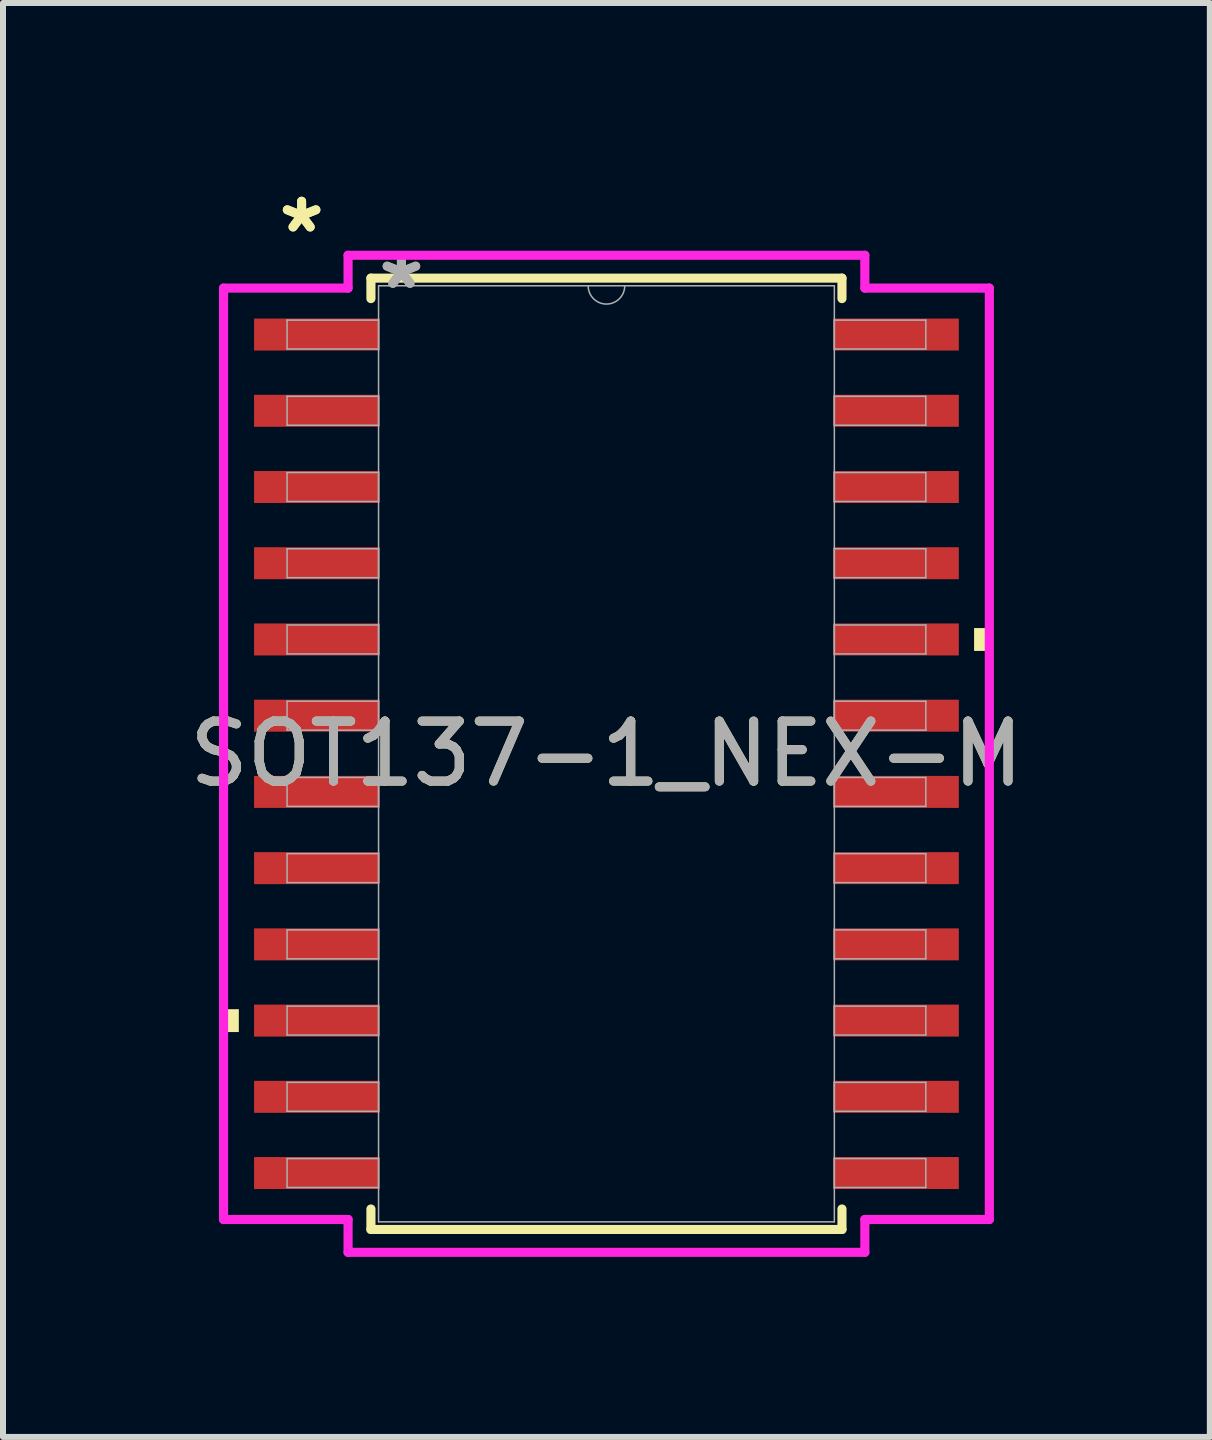
<source format=kicad_pcb>
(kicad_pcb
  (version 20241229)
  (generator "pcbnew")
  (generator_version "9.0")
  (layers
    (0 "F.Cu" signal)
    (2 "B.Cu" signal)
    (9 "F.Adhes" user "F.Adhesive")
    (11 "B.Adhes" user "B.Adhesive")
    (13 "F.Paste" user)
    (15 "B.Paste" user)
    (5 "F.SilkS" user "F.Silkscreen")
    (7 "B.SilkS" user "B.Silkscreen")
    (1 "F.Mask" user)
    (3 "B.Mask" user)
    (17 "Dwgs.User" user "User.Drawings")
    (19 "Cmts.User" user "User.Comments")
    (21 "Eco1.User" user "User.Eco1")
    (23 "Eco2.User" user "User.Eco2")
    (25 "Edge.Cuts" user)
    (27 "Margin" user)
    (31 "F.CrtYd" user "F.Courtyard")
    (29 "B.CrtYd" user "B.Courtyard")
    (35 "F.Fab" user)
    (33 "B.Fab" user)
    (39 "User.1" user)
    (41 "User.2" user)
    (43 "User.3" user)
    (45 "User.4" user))
  (footprint "SOT137-1_NEX-M"
    (layer "F.Cu")
    (at 7.054 9.509)
    (property "Reference" "SOT137-1_NEX-M" (at 0 0 0) (unlocked yes) (layer "F.SilkS") (effects (font (size 1 1) (thickness 0.15))))
    (attr smd)
    (fp_line (start -3.924 -7.925) (end -3.924 -7.584) (stroke (width 0.152) (type solid)) (layer "F.SilkS"))
    (fp_line (start -3.924 7.584) (end -3.924 7.925) (stroke (width 0.152) (type solid)) (layer "F.SilkS"))
    (fp_line (start -3.924 7.925) (end 3.924 7.925) (stroke (width 0.152) (type solid)) (layer "F.SilkS"))
    (fp_line (start 3.924 -7.925) (end -3.924 -7.925) (stroke (width 0.152) (type solid)) (layer "F.SilkS"))
    (fp_line (start 3.924 -7.584) (end 3.924 -7.925) (stroke (width 0.152) (type solid)) (layer "F.SilkS"))
    (fp_line (start 3.924 7.925) (end 3.924 7.584) (stroke (width 0.152) (type solid)) (layer "F.SilkS"))
    (fp_poly (pts (xy -6.379 4.255) (xy -6.379 4.636) (xy -6.125 4.636) (xy -6.125 4.255)) (stroke (width 0) (type solid)) (fill yes) (layer "F.SilkS"))
    (fp_poly (pts (xy 6.379 -2.095) (xy 6.379 -1.714) (xy 6.125 -1.714) (xy 6.125 -2.095)) (stroke (width 0) (type solid)) (fill yes) (layer "F.SilkS"))
    (fp_line (start -6.379 -7.759) (end -4.305 -7.759) (stroke (width 0.152) (type solid)) (layer "F.CrtYd"))
    (fp_line (start -6.379 7.759) (end -6.379 -7.759) (stroke (width 0.152) (type solid)) (layer "F.CrtYd"))
    (fp_line (start -6.379 7.759) (end -4.305 7.759) (stroke (width 0.152) (type solid)) (layer "F.CrtYd"))
    (fp_line (start -4.305 -8.306) (end 4.305 -8.306) (stroke (width 0.152) (type solid)) (layer "F.CrtYd"))
    (fp_line (start -4.305 -7.759) (end -4.305 -8.306) (stroke (width 0.152) (type solid)) (layer "F.CrtYd"))
    (fp_line (start -4.305 8.306) (end -4.305 7.759) (stroke (width 0.152) (type solid)) (layer "F.CrtYd"))
    (fp_line (start 4.305 -8.306) (end 4.305 -7.759) (stroke (width 0.152) (type solid)) (layer "F.CrtYd"))
    (fp_line (start 4.305 7.759) (end 4.305 8.306) (stroke (width 0.152) (type solid)) (layer "F.CrtYd"))
    (fp_line (start 4.305 8.306) (end -4.305 8.306) (stroke (width 0.152) (type solid)) (layer "F.CrtYd"))
    (fp_line (start 6.379 -7.759) (end 4.305 -7.759) (stroke (width 0.152) (type solid)) (layer "F.CrtYd"))
    (fp_line (start 6.379 -7.759) (end 6.379 7.759) (stroke (width 0.152) (type solid)) (layer "F.CrtYd"))
    (fp_line (start 6.379 7.759) (end 4.305 7.759) (stroke (width 0.152) (type solid)) (layer "F.CrtYd"))
    (fp_line (start -5.321 -7.226) (end -5.321 -6.744) (stroke (width 0.025) (type solid)) (layer "F.Fab"))
    (fp_line (start -5.321 -6.744) (end -3.797 -6.744) (stroke (width 0.025) (type solid)) (layer "F.Fab"))
    (fp_line (start -5.321 -5.956) (end -5.321 -5.474) (stroke (width 0.025) (type solid)) (layer "F.Fab"))
    (fp_line (start -5.321 -5.474) (end -3.797 -5.474) (stroke (width 0.025) (type solid)) (layer "F.Fab"))
    (fp_line (start -5.321 -4.686) (end -5.321 -4.204) (stroke (width 0.025) (type solid)) (layer "F.Fab"))
    (fp_line (start -5.321 -4.204) (end -3.797 -4.204) (stroke (width 0.025) (type solid)) (layer "F.Fab"))
    (fp_line (start -5.321 -3.416) (end -5.321 -2.934) (stroke (width 0.025) (type solid)) (layer "F.Fab"))
    (fp_line (start -5.321 -2.934) (end -3.797 -2.934) (stroke (width 0.025) (type solid)) (layer "F.Fab"))
    (fp_line (start -5.321 -2.146) (end -5.321 -1.664) (stroke (width 0.025) (type solid)) (layer "F.Fab"))
    (fp_line (start -5.321 -1.664) (end -3.797 -1.664) (stroke (width 0.025) (type solid)) (layer "F.Fab"))
    (fp_line (start -5.321 -0.876) (end -5.321 -0.394) (stroke (width 0.025) (type solid)) (layer "F.Fab"))
    (fp_line (start -5.321 -0.394) (end -3.797 -0.394) (stroke (width 0.025) (type solid)) (layer "F.Fab"))
    (fp_line (start -5.321 0.394) (end -5.321 0.876) (stroke (width 0.025) (type solid)) (layer "F.Fab"))
    (fp_line (start -5.321 0.876) (end -3.797 0.876) (stroke (width 0.025) (type solid)) (layer "F.Fab"))
    (fp_line (start -5.321 1.664) (end -5.321 2.146) (stroke (width 0.025) (type solid)) (layer "F.Fab"))
    (fp_line (start -5.321 2.146) (end -3.797 2.146) (stroke (width 0.025) (type solid)) (layer "F.Fab"))
    (fp_line (start -5.321 2.934) (end -5.321 3.416) (stroke (width 0.025) (type solid)) (layer "F.Fab"))
    (fp_line (start -5.321 3.416) (end -3.797 3.416) (stroke (width 0.025) (type solid)) (layer "F.Fab"))
    (fp_line (start -5.321 4.204) (end -5.321 4.686) (stroke (width 0.025) (type solid)) (layer "F.Fab"))
    (fp_line (start -5.321 4.686) (end -3.797 4.686) (stroke (width 0.025) (type solid)) (layer "F.Fab"))
    (fp_line (start -5.321 5.474) (end -5.321 5.956) (stroke (width 0.025) (type solid)) (layer "F.Fab"))
    (fp_line (start -5.321 5.956) (end -3.797 5.956) (stroke (width 0.025) (type solid)) (layer "F.Fab"))
    (fp_line (start -5.321 6.744) (end -5.321 7.226) (stroke (width 0.025) (type solid)) (layer "F.Fab"))
    (fp_line (start -5.321 7.226) (end -3.797 7.226) (stroke (width 0.025) (type solid)) (layer "F.Fab"))
    (fp_line (start -3.797 -7.798) (end -3.797 7.798) (stroke (width 0.025) (type solid)) (layer "F.Fab"))
    (fp_line (start -3.797 -7.226) (end -5.321 -7.226) (stroke (width 0.025) (type solid)) (layer "F.Fab"))
    (fp_line (start -3.797 -6.744) (end -3.797 -7.226) (stroke (width 0.025) (type solid)) (layer "F.Fab"))
    (fp_line (start -3.797 -5.956) (end -5.321 -5.956) (stroke (width 0.025) (type solid)) (layer "F.Fab"))
    (fp_line (start -3.797 -5.474) (end -3.797 -5.956) (stroke (width 0.025) (type solid)) (layer "F.Fab"))
    (fp_line (start -3.797 -4.686) (end -5.321 -4.686) (stroke (width 0.025) (type solid)) (layer "F.Fab"))
    (fp_line (start -3.797 -4.204) (end -3.797 -4.686) (stroke (width 0.025) (type solid)) (layer "F.Fab"))
    (fp_line (start -3.797 -3.416) (end -5.321 -3.416) (stroke (width 0.025) (type solid)) (layer "F.Fab"))
    (fp_line (start -3.797 -2.934) (end -3.797 -3.416) (stroke (width 0.025) (type solid)) (layer "F.Fab"))
    (fp_line (start -3.797 -2.146) (end -5.321 -2.146) (stroke (width 0.025) (type solid)) (layer "F.Fab"))
    (fp_line (start -3.797 -1.664) (end -3.797 -2.146) (stroke (width 0.025) (type solid)) (layer "F.Fab"))
    (fp_line (start -3.797 -0.876) (end -5.321 -0.876) (stroke (width 0.025) (type solid)) (layer "F.Fab"))
    (fp_line (start -3.797 -0.394) (end -3.797 -0.876) (stroke (width 0.025) (type solid)) (layer "F.Fab"))
    (fp_line (start -3.797 0.394) (end -5.321 0.394) (stroke (width 0.025) (type solid)) (layer "F.Fab"))
    (fp_line (start -3.797 0.876) (end -3.797 0.394) (stroke (width 0.025) (type solid)) (layer "F.Fab"))
    (fp_line (start -3.797 1.664) (end -5.321 1.664) (stroke (width 0.025) (type solid)) (layer "F.Fab"))
    (fp_line (start -3.797 2.146) (end -3.797 1.664) (stroke (width 0.025) (type solid)) (layer "F.Fab"))
    (fp_line (start -3.797 2.934) (end -5.321 2.934) (stroke (width 0.025) (type solid)) (layer "F.Fab"))
    (fp_line (start -3.797 3.416) (end -3.797 2.934) (stroke (width 0.025) (type solid)) (layer "F.Fab"))
    (fp_line (start -3.797 4.204) (end -5.321 4.204) (stroke (width 0.025) (type solid)) (layer "F.Fab"))
    (fp_line (start -3.797 4.686) (end -3.797 4.204) (stroke (width 0.025) (type solid)) (layer "F.Fab"))
    (fp_line (start -3.797 5.474) (end -5.321 5.474) (stroke (width 0.025) (type solid)) (layer "F.Fab"))
    (fp_line (start -3.797 5.956) (end -3.797 5.474) (stroke (width 0.025) (type solid)) (layer "F.Fab"))
    (fp_line (start -3.797 6.744) (end -5.321 6.744) (stroke (width 0.025) (type solid)) (layer "F.Fab"))
    (fp_line (start -3.797 7.226) (end -3.797 6.744) (stroke (width 0.025) (type solid)) (layer "F.Fab"))
    (fp_line (start -3.797 7.798) (end 3.797 7.798) (stroke (width 0.025) (type solid)) (layer "F.Fab"))
    (fp_line (start 3.797 -7.798) (end -3.797 -7.798) (stroke (width 0.025) (type solid)) (layer "F.Fab"))
    (fp_line (start 3.797 -7.226) (end 3.797 -6.744) (stroke (width 0.025) (type solid)) (layer "F.Fab"))
    (fp_line (start 3.797 -6.744) (end 5.321 -6.744) (stroke (width 0.025) (type solid)) (layer "F.Fab"))
    (fp_line (start 3.797 -5.956) (end 3.797 -5.474) (stroke (width 0.025) (type solid)) (layer "F.Fab"))
    (fp_line (start 3.797 -5.474) (end 5.321 -5.474) (stroke (width 0.025) (type solid)) (layer "F.Fab"))
    (fp_line (start 3.797 -4.686) (end 3.797 -4.204) (stroke (width 0.025) (type solid)) (layer "F.Fab"))
    (fp_line (start 3.797 -4.204) (end 5.321 -4.204) (stroke (width 0.025) (type solid)) (layer "F.Fab"))
    (fp_line (start 3.797 -3.416) (end 3.797 -2.934) (stroke (width 0.025) (type solid)) (layer "F.Fab"))
    (fp_line (start 3.797 -2.934) (end 5.321 -2.934) (stroke (width 0.025) (type solid)) (layer "F.Fab"))
    (fp_line (start 3.797 -2.146) (end 3.797 -1.664) (stroke (width 0.025) (type solid)) (layer "F.Fab"))
    (fp_line (start 3.797 -1.664) (end 5.321 -1.664) (stroke (width 0.025) (type solid)) (layer "F.Fab"))
    (fp_line (start 3.797 -0.876) (end 3.797 -0.394) (stroke (width 0.025) (type solid)) (layer "F.Fab"))
    (fp_line (start 3.797 -0.394) (end 5.321 -0.394) (stroke (width 0.025) (type solid)) (layer "F.Fab"))
    (fp_line (start 3.797 0.394) (end 3.797 0.876) (stroke (width 0.025) (type solid)) (layer "F.Fab"))
    (fp_line (start 3.797 0.876) (end 5.321 0.876) (stroke (width 0.025) (type solid)) (layer "F.Fab"))
    (fp_line (start 3.797 1.664) (end 3.797 2.146) (stroke (width 0.025) (type solid)) (layer "F.Fab"))
    (fp_line (start 3.797 2.146) (end 5.321 2.146) (stroke (width 0.025) (type solid)) (layer "F.Fab"))
    (fp_line (start 3.797 2.934) (end 3.797 3.416) (stroke (width 0.025) (type solid)) (layer "F.Fab"))
    (fp_line (start 3.797 3.416) (end 5.321 3.416) (stroke (width 0.025) (type solid)) (layer "F.Fab"))
    (fp_line (start 3.797 4.204) (end 3.797 4.686) (stroke (width 0.025) (type solid)) (layer "F.Fab"))
    (fp_line (start 3.797 4.686) (end 5.321 4.686) (stroke (width 0.025) (type solid)) (layer "F.Fab"))
    (fp_line (start 3.797 5.474) (end 3.797 5.956) (stroke (width 0.025) (type solid)) (layer "F.Fab"))
    (fp_line (start 3.797 5.956) (end 5.321 5.956) (stroke (width 0.025) (type solid)) (layer "F.Fab"))
    (fp_line (start 3.797 6.744) (end 3.797 7.226) (stroke (width 0.025) (type solid)) (layer "F.Fab"))
    (fp_line (start 3.797 7.226) (end 5.321 7.226) (stroke (width 0.025) (type solid)) (layer "F.Fab"))
    (fp_line (start 3.797 7.798) (end 3.797 -7.798) (stroke (width 0.025) (type solid)) (layer "F.Fab"))
    (fp_line (start 5.321 -7.226) (end 3.797 -7.226) (stroke (width 0.025) (type solid)) (layer "F.Fab"))
    (fp_line (start 5.321 -6.744) (end 5.321 -7.226) (stroke (width 0.025) (type solid)) (layer "F.Fab"))
    (fp_line (start 5.321 -5.956) (end 3.797 -5.956) (stroke (width 0.025) (type solid)) (layer "F.Fab"))
    (fp_line (start 5.321 -5.474) (end 5.321 -5.956) (stroke (width 0.025) (type solid)) (layer "F.Fab"))
    (fp_line (start 5.321 -4.686) (end 3.797 -4.686) (stroke (width 0.025) (type solid)) (layer "F.Fab"))
    (fp_line (start 5.321 -4.204) (end 5.321 -4.686) (stroke (width 0.025) (type solid)) (layer "F.Fab"))
    (fp_line (start 5.321 -3.416) (end 3.797 -3.416) (stroke (width 0.025) (type solid)) (layer "F.Fab"))
    (fp_line (start 5.321 -2.934) (end 5.321 -3.416) (stroke (width 0.025) (type solid)) (layer "F.Fab"))
    (fp_line (start 5.321 -2.146) (end 3.797 -2.146) (stroke (width 0.025) (type solid)) (layer "F.Fab"))
    (fp_line (start 5.321 -1.664) (end 5.321 -2.146) (stroke (width 0.025) (type solid)) (layer "F.Fab"))
    (fp_line (start 5.321 -0.876) (end 3.797 -0.876) (stroke (width 0.025) (type solid)) (layer "F.Fab"))
    (fp_line (start 5.321 -0.394) (end 5.321 -0.876) (stroke (width 0.025) (type solid)) (layer "F.Fab"))
    (fp_line (start 5.321 0.394) (end 3.797 0.394) (stroke (width 0.025) (type solid)) (layer "F.Fab"))
    (fp_line (start 5.321 0.876) (end 5.321 0.394) (stroke (width 0.025) (type solid)) (layer "F.Fab"))
    (fp_line (start 5.321 1.664) (end 3.797 1.664) (stroke (width 0.025) (type solid)) (layer "F.Fab"))
    (fp_line (start 5.321 2.146) (end 5.321 1.664) (stroke (width 0.025) (type solid)) (layer "F.Fab"))
    (fp_line (start 5.321 2.934) (end 3.797 2.934) (stroke (width 0.025) (type solid)) (layer "F.Fab"))
    (fp_line (start 5.321 3.416) (end 5.321 2.934) (stroke (width 0.025) (type solid)) (layer "F.Fab"))
    (fp_line (start 5.321 4.204) (end 3.797 4.204) (stroke (width 0.025) (type solid)) (layer "F.Fab"))
    (fp_line (start 5.321 4.686) (end 5.321 4.204) (stroke (width 0.025) (type solid)) (layer "F.Fab"))
    (fp_line (start 5.321 5.474) (end 3.797 5.474) (stroke (width 0.025) (type solid)) (layer "F.Fab"))
    (fp_line (start 5.321 5.956) (end 5.321 5.474) (stroke (width 0.025) (type solid)) (layer "F.Fab"))
    (fp_line (start 5.321 6.744) (end 3.797 6.744) (stroke (width 0.025) (type solid)) (layer "F.Fab"))
    (fp_line (start 5.321 7.226) (end 5.321 6.744) (stroke (width 0.025) (type solid)) (layer "F.Fab"))
    (fp_arc (start 0.3048 -7.7978) (mid 0 -7.493) (end -0.3048 -7.7978) (stroke (width 0.0254) (type solid)) (layer "F.Fab"))
    (fp_text user "*" (at -5.079 -8.661 0) (layer "F.SilkS") (effects (font (size 1 1) (thickness 0.15))))
    (fp_text user "*" (at -5.079 -8.661 0) (unlocked yes) (layer "F.SilkS") (effects (font (size 1 1) (thickness 0.15))))
    (fp_text user "*" (at -3.416 -7.722 0) (layer "F.Fab") (effects (font (size 1 1) (thickness 0.15))))
    (fp_text user "*" (at -3.416 -7.722 0) (unlocked yes) (layer "F.Fab") (effects (font (size 1 1) (thickness 0.15))))
    (fp_text user "${REFERENCE}" (at 0 0 0) (unlocked yes) (layer "F.Fab") (effects (font (size 1 1) (thickness 0.15))))
    (pad "1" smd rect (at -4.825 -6.985) (size 2.092 0.533) (layers "F.Cu" "F.Mask" "F.Paste"))
    (pad "2" smd rect (at -4.825 -5.715) (size 2.092 0.533) (layers "F.Cu" "F.Mask" "F.Paste"))
    (pad "3" smd rect (at -4.825 -4.445) (size 2.092 0.533) (layers "F.Cu" "F.Mask" "F.Paste"))
    (pad "4" smd rect (at -4.825 -3.175) (size 2.092 0.533) (layers "F.Cu" "F.Mask" "F.Paste"))
    (pad "5" smd rect (at -4.825 -1.905) (size 2.092 0.533) (layers "F.Cu" "F.Mask" "F.Paste"))
    (pad "6" smd rect (at -4.825 -0.635) (size 2.092 0.533) (layers "F.Cu" "F.Mask" "F.Paste"))
    (pad "7" smd rect (at -4.825 0.635) (size 2.092 0.533) (layers "F.Cu" "F.Mask" "F.Paste"))
    (pad "8" smd rect (at -4.825 1.905) (size 2.092 0.533) (layers "F.Cu" "F.Mask" "F.Paste"))
    (pad "9" smd rect (at -4.825 3.175) (size 2.092 0.533) (layers "F.Cu" "F.Mask" "F.Paste"))
    (pad "10" smd rect (at -4.825 4.445) (size 2.092 0.533) (layers "F.Cu" "F.Mask" "F.Paste"))
    (pad "11" smd rect (at -4.825 5.715) (size 2.092 0.533) (layers "F.Cu" "F.Mask" "F.Paste"))
    (pad "12" smd rect (at -4.825 6.985) (size 2.092 0.533) (layers "F.Cu" "F.Mask" "F.Paste"))
    (pad "13" smd rect (at 4.825 6.985) (size 2.092 0.533) (layers "F.Cu" "F.Mask" "F.Paste"))
    (pad "14" smd rect (at 4.825 5.715) (size 2.092 0.533) (layers "F.Cu" "F.Mask" "F.Paste"))
    (pad "15" smd rect (at 4.825 4.445) (size 2.092 0.533) (layers "F.Cu" "F.Mask" "F.Paste"))
    (pad "16" smd rect (at 4.825 3.175) (size 2.092 0.533) (layers "F.Cu" "F.Mask" "F.Paste"))
    (pad "17" smd rect (at 4.825 1.905) (size 2.092 0.533) (layers "F.Cu" "F.Mask" "F.Paste"))
    (pad "18" smd rect (at 4.825 0.635) (size 2.092 0.533) (layers "F.Cu" "F.Mask" "F.Paste"))
    (pad "19" smd rect (at 4.825 -0.635) (size 2.092 0.533) (layers "F.Cu" "F.Mask" "F.Paste"))
    (pad "20" smd rect (at 4.825 -1.905) (size 2.092 0.533) (layers "F.Cu" "F.Mask" "F.Paste"))
    (pad "21" smd rect (at 4.825 -3.175) (size 2.092 0.533) (layers "F.Cu" "F.Mask" "F.Paste"))
    (pad "22" smd rect (at 4.825 -4.445) (size 2.092 0.533) (layers "F.Cu" "F.Mask" "F.Paste"))
    (pad "23" smd rect (at 4.825 -5.715) (size 2.092 0.533) (layers "F.Cu" "F.Mask" "F.Paste"))
    (pad "24" smd rect (at 4.825 -6.985) (size 2.092 0.533) (layers "F.Cu" "F.Mask" "F.Paste")))
  (gr_rect
    (start -3 -3)
    (end 17.107 20.891)
    (stroke (width 0.1) (type default))
    (fill no)
    (layer "Edge.Cuts")))
</source>
